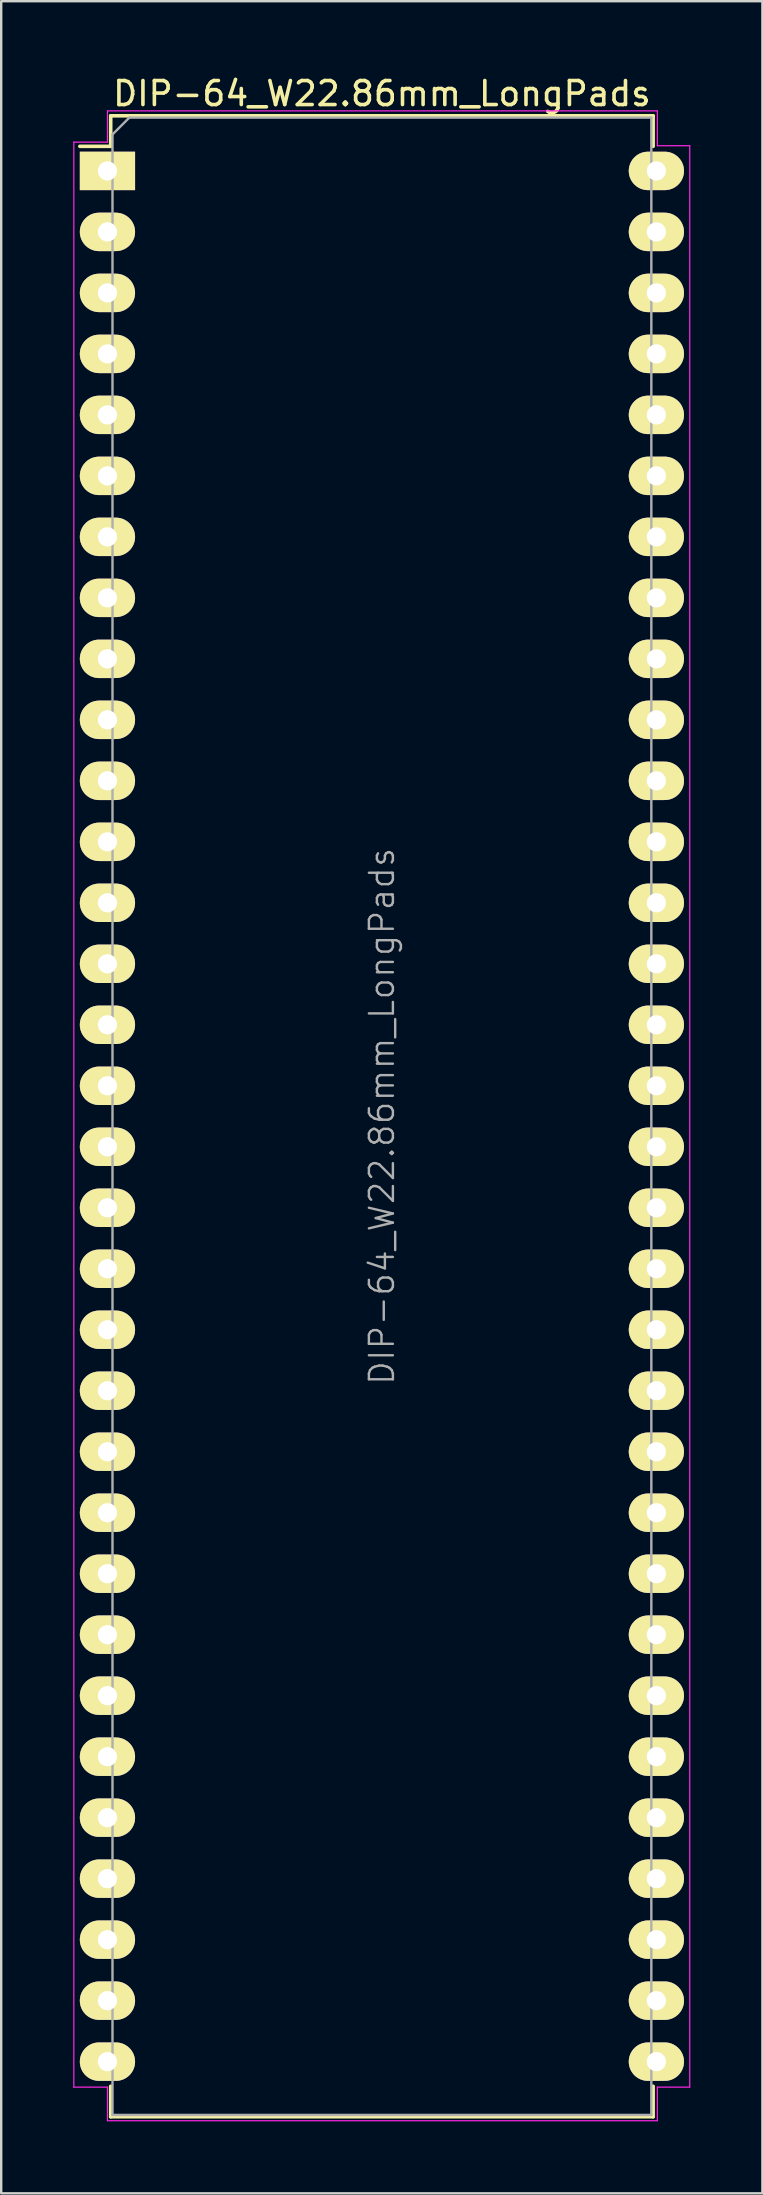
<source format=kicad_pcb>
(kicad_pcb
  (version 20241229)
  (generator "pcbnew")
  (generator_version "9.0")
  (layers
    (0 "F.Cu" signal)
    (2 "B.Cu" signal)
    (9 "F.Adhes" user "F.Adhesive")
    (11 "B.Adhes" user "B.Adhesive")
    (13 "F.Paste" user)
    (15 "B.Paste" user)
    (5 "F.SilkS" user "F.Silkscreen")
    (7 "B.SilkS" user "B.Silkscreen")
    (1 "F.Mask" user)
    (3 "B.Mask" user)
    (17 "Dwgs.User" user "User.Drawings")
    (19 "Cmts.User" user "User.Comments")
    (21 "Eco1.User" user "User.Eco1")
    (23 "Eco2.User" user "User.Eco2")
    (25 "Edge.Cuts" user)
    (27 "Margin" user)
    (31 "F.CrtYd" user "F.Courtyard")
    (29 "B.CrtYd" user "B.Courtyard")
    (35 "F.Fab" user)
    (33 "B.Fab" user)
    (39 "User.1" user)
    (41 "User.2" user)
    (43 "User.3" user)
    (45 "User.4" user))
  (footprint "DIP-64_W22.86mm_LongPads"
    (layer "F.Cu")
    (at 1.425 4.068)
    (property "Reference" "DIP-64_W22.86mm_LongPads" (at 11.43 -3.22 0) (layer "F.SilkS") (effects (font (size 1 1) (thickness 0.15))))
    (attr smd)
    (fp_line (start 0.135 -2.295) (end 0.135 -1.025) (stroke (width 0.15) (type solid)) (layer "F.SilkS"))
    (fp_line (start 0.135 -2.295) (end 22.725 -2.295) (stroke (width 0.15) (type solid)) (layer "F.SilkS"))
    (fp_line (start 0.135 -1.025) (end -1.15 -1.025) (stroke (width 0.15) (type solid)) (layer "F.SilkS"))
    (fp_line (start 0.135 81.035) (end 0.135 79.765) (stroke (width 0.15) (type solid)) (layer "F.SilkS"))
    (fp_line (start 0.135 81.035) (end 22.725 81.035) (stroke (width 0.15) (type solid)) (layer "F.SilkS"))
    (fp_line (start 22.725 -2.295) (end 22.725 -1.025) (stroke (width 0.15) (type solid)) (layer "F.SilkS"))
    (fp_line (start 22.725 81.035) (end 22.725 79.765) (stroke (width 0.15) (type solid)) (layer "F.SilkS"))
    (fp_line (start -1.4 -1.2) (end -1.4 79.8) (stroke (width 0.05) (type solid)) (layer "F.CrtYd"))
    (fp_line (start -1.4 -1.2) (end 0 -1.2) (stroke (width 0.05) (type solid)) (layer "F.CrtYd"))
    (fp_line (start -1.4 79.8) (end 0 79.8) (stroke (width 0.05) (type solid)) (layer "F.CrtYd"))
    (fp_line (start 0 -2.5) (end 0 -1.2) (stroke (width 0.05) (type solid)) (layer "F.CrtYd"))
    (fp_line (start 0 81.2) (end 0 79.8) (stroke (width 0.05) (type solid)) (layer "F.CrtYd"))
    (fp_line (start 22.9 -2.5) (end 0 -2.5) (stroke (width 0.05) (type solid)) (layer "F.CrtYd"))
    (fp_line (start 22.9 -2.5) (end 22.9 -1.05) (stroke (width 0.05) (type solid)) (layer "F.CrtYd"))
    (fp_line (start 22.9 81.2) (end 0 81.2) (stroke (width 0.05) (type solid)) (layer "F.CrtYd"))
    (fp_line (start 22.9 81.2) (end 22.9 79.8) (stroke (width 0.05) (type solid)) (layer "F.CrtYd"))
    (fp_line (start 24.25 -1.05) (end 22.9 -1.05) (stroke (width 0.05) (type solid)) (layer "F.CrtYd"))
    (fp_line (start 24.25 -1.05) (end 24.25 79.8) (stroke (width 0.05) (type solid)) (layer "F.CrtYd"))
    (fp_line (start 24.25 79.8) (end 22.9 79.8) (stroke (width 0.05) (type solid)) (layer "F.CrtYd"))
    (fp_line (start 0.21 -1.52) (end 0.91 -2.22) (stroke (width 0.1) (type solid)) (layer "F.Fab"))
    (fp_line (start 0.21 80.96) (end 0.21 -1.52) (stroke (width 0.1) (type solid)) (layer "F.Fab"))
    (fp_line (start 22.65 -2.22) (end 0.91 -2.22) (stroke (width 0.1) (type solid)) (layer "F.Fab"))
    (fp_line (start 22.65 80.96) (end 0.21 80.96) (stroke (width 0.1) (type solid)) (layer "F.Fab"))
    (fp_line (start 22.65 80.96) (end 22.65 -2.22) (stroke (width 0.1) (type solid)) (layer "F.Fab"))
    (fp_text user "${REFERENCE}" (at 11.43 39.37 90) (layer "F.Fab") (effects (font (size 1 1) (thickness 0.1))))
    (pad "1" thru_hole rect (at 0 0) (size 2.3 1.6) (drill 0.8) (layers "*.Cu" "*.Mask" "F.SilkS"))
    (pad "2" thru_hole oval (at 0 2.54) (size 2.3 1.6) (drill 0.8) (layers "*.Cu" "*.Mask" "F.SilkS"))
    (pad "3" thru_hole oval (at 0 5.08) (size 2.3 1.6) (drill 0.8) (layers "*.Cu" "*.Mask" "F.SilkS"))
    (pad "4" thru_hole oval (at 0 7.62) (size 2.3 1.6) (drill 0.8) (layers "*.Cu" "*.Mask" "F.SilkS"))
    (pad "5" thru_hole oval (at 0 10.16) (size 2.3 1.6) (drill 0.8) (layers "*.Cu" "*.Mask" "F.SilkS"))
    (pad "6" thru_hole oval (at 0 12.7) (size 2.3 1.6) (drill 0.8) (layers "*.Cu" "*.Mask" "F.SilkS"))
    (pad "7" thru_hole oval (at 0 15.24) (size 2.3 1.6) (drill 0.8) (layers "*.Cu" "*.Mask" "F.SilkS"))
    (pad "8" thru_hole oval (at 0 17.78) (size 2.3 1.6) (drill 0.8) (layers "*.Cu" "*.Mask" "F.SilkS"))
    (pad "9" thru_hole oval (at 0 20.32) (size 2.3 1.6) (drill 0.8) (layers "*.Cu" "*.Mask" "F.SilkS"))
    (pad "10" thru_hole oval (at 0 22.86) (size 2.3 1.6) (drill 0.8) (layers "*.Cu" "*.Mask" "F.SilkS"))
    (pad "11" thru_hole oval (at 0 25.4) (size 2.3 1.6) (drill 0.8) (layers "*.Cu" "*.Mask" "F.SilkS"))
    (pad "12" thru_hole oval (at 0 27.94) (size 2.3 1.6) (drill 0.8) (layers "*.Cu" "*.Mask" "F.SilkS"))
    (pad "13" thru_hole oval (at 0 30.48) (size 2.3 1.6) (drill 0.8) (layers "*.Cu" "*.Mask" "F.SilkS"))
    (pad "14" thru_hole oval (at 0 33.02) (size 2.3 1.6) (drill 0.8) (layers "*.Cu" "*.Mask" "F.SilkS"))
    (pad "15" thru_hole oval (at 0 35.56) (size 2.3 1.6) (drill 0.8) (layers "*.Cu" "*.Mask" "F.SilkS"))
    (pad "16" thru_hole oval (at 0 38.1) (size 2.3 1.6) (drill 0.8) (layers "*.Cu" "*.Mask" "F.SilkS"))
    (pad "17" thru_hole oval (at 0 40.64) (size 2.3 1.6) (drill 0.8) (layers "*.Cu" "*.Mask" "F.SilkS"))
    (pad "18" thru_hole oval (at 0 43.18) (size 2.3 1.6) (drill 0.8) (layers "*.Cu" "*.Mask" "F.SilkS"))
    (pad "19" thru_hole oval (at 0 45.72) (size 2.3 1.6) (drill 0.8) (layers "*.Cu" "*.Mask" "F.SilkS"))
    (pad "20" thru_hole oval (at 0 48.26) (size 2.3 1.6) (drill 0.8) (layers "*.Cu" "*.Mask" "F.SilkS"))
    (pad "21" thru_hole oval (at 0 50.8) (size 2.3 1.6) (drill 0.8) (layers "*.Cu" "*.Mask" "F.SilkS"))
    (pad "22" thru_hole oval (at 0 53.34) (size 2.3 1.6) (drill 0.8) (layers "*.Cu" "*.Mask" "F.SilkS"))
    (pad "23" thru_hole oval (at 0 55.88) (size 2.3 1.6) (drill 0.8) (layers "*.Cu" "*.Mask" "F.SilkS"))
    (pad "24" thru_hole oval (at 0 58.42) (size 2.3 1.6) (drill 0.8) (layers "*.Cu" "*.Mask" "F.SilkS"))
    (pad "25" thru_hole oval (at 0 60.96) (size 2.3 1.6) (drill 0.8) (layers "*.Cu" "*.Mask" "F.SilkS"))
    (pad "26" thru_hole oval (at 0 63.5) (size 2.3 1.6) (drill 0.8) (layers "*.Cu" "*.Mask" "F.SilkS"))
    (pad "27" thru_hole oval (at 0 66.04) (size 2.3 1.6) (drill 0.8) (layers "*.Cu" "*.Mask" "F.SilkS"))
    (pad "28" thru_hole oval (at 0 68.58) (size 2.3 1.6) (drill 0.8) (layers "*.Cu" "*.Mask" "F.SilkS"))
    (pad "29" thru_hole oval (at 0 71.12) (size 2.3 1.6) (drill 0.8) (layers "*.Cu" "*.Mask" "F.SilkS"))
    (pad "30" thru_hole oval (at 0 73.66) (size 2.3 1.6) (drill 0.8) (layers "*.Cu" "*.Mask" "F.SilkS"))
    (pad "31" thru_hole oval (at 0 76.2) (size 2.3 1.6) (drill 0.8) (layers "*.Cu" "*.Mask" "F.SilkS"))
    (pad "32" thru_hole oval (at 0 78.74) (size 2.3 1.6) (drill 0.8) (layers "*.Cu" "*.Mask" "F.SilkS"))
    (pad "33" thru_hole oval (at 22.86 78.74) (size 2.3 1.6) (drill 0.8) (layers "*.Cu" "*.Mask" "F.SilkS"))
    (pad "34" thru_hole oval (at 22.86 76.2) (size 2.3 1.6) (drill 0.8) (layers "*.Cu" "*.Mask" "F.SilkS"))
    (pad "35" thru_hole oval (at 22.86 73.66) (size 2.3 1.6) (drill 0.8) (layers "*.Cu" "*.Mask" "F.SilkS"))
    (pad "36" thru_hole oval (at 22.86 71.12) (size 2.3 1.6) (drill 0.8) (layers "*.Cu" "*.Mask" "F.SilkS"))
    (pad "37" thru_hole oval (at 22.86 68.58) (size 2.3 1.6) (drill 0.8) (layers "*.Cu" "*.Mask" "F.SilkS"))
    (pad "38" thru_hole oval (at 22.86 66.04) (size 2.3 1.6) (drill 0.8) (layers "*.Cu" "*.Mask" "F.SilkS"))
    (pad "39" thru_hole oval (at 22.86 63.5) (size 2.3 1.6) (drill 0.8) (layers "*.Cu" "*.Mask" "F.SilkS"))
    (pad "40" thru_hole oval (at 22.86 60.96) (size 2.3 1.6) (drill 0.8) (layers "*.Cu" "*.Mask" "F.SilkS"))
    (pad "41" thru_hole oval (at 22.86 58.42) (size 2.3 1.6) (drill 0.8) (layers "*.Cu" "*.Mask" "F.SilkS"))
    (pad "42" thru_hole oval (at 22.86 55.88) (size 2.3 1.6) (drill 0.8) (layers "*.Cu" "*.Mask" "F.SilkS"))
    (pad "43" thru_hole oval (at 22.86 53.34) (size 2.3 1.6) (drill 0.8) (layers "*.Cu" "*.Mask" "F.SilkS"))
    (pad "44" thru_hole oval (at 22.86 50.8) (size 2.3 1.6) (drill 0.8) (layers "*.Cu" "*.Mask" "F.SilkS"))
    (pad "45" thru_hole oval (at 22.86 48.26) (size 2.3 1.6) (drill 0.8) (layers "*.Cu" "*.Mask" "F.SilkS"))
    (pad "46" thru_hole oval (at 22.86 45.72) (size 2.3 1.6) (drill 0.8) (layers "*.Cu" "*.Mask" "F.SilkS"))
    (pad "47" thru_hole oval (at 22.86 43.18) (size 2.3 1.6) (drill 0.8) (layers "*.Cu" "*.Mask" "F.SilkS"))
    (pad "48" thru_hole oval (at 22.86 40.64) (size 2.3 1.6) (drill 0.8) (layers "*.Cu" "*.Mask" "F.SilkS"))
    (pad "49" thru_hole oval (at 22.86 38.1) (size 2.3 1.6) (drill 0.8) (layers "*.Cu" "*.Mask" "F.SilkS"))
    (pad "50" thru_hole oval (at 22.86 35.56) (size 2.3 1.6) (drill 0.8) (layers "*.Cu" "*.Mask" "F.SilkS"))
    (pad "51" thru_hole oval (at 22.86 33.02) (size 2.3 1.6) (drill 0.8) (layers "*.Cu" "*.Mask" "F.SilkS"))
    (pad "52" thru_hole oval (at 22.86 30.48) (size 2.3 1.6) (drill 0.8) (layers "*.Cu" "*.Mask" "F.SilkS"))
    (pad "53" thru_hole oval (at 22.86 27.94) (size 2.3 1.6) (drill 0.8) (layers "*.Cu" "*.Mask" "F.SilkS"))
    (pad "54" thru_hole oval (at 22.86 25.4) (size 2.3 1.6) (drill 0.8) (layers "*.Cu" "*.Mask" "F.SilkS"))
    (pad "55" thru_hole oval (at 22.86 22.86) (size 2.3 1.6) (drill 0.8) (layers "*.Cu" "*.Mask" "F.SilkS"))
    (pad "56" thru_hole oval (at 22.86 20.32) (size 2.3 1.6) (drill 0.8) (layers "*.Cu" "*.Mask" "F.SilkS"))
    (pad "57" thru_hole oval (at 22.86 17.78) (size 2.3 1.6) (drill 0.8) (layers "*.Cu" "*.Mask" "F.SilkS"))
    (pad "58" thru_hole oval (at 22.86 15.24) (size 2.3 1.6) (drill 0.8) (layers "*.Cu" "*.Mask" "F.SilkS"))
    (pad "59" thru_hole oval (at 22.86 12.7) (size 2.3 1.6) (drill 0.8) (layers "*.Cu" "*.Mask" "F.SilkS"))
    (pad "60" thru_hole oval (at 22.86 10.16) (size 2.3 1.6) (drill 0.8) (layers "*.Cu" "*.Mask" "F.SilkS"))
    (pad "61" thru_hole oval (at 22.86 7.62) (size 2.3 1.6) (drill 0.8) (layers "*.Cu" "*.Mask" "F.SilkS"))
    (pad "62" thru_hole oval (at 22.86 5.08) (size 2.3 1.6) (drill 0.8) (layers "*.Cu" "*.Mask" "F.SilkS"))
    (pad "63" thru_hole oval (at 22.86 2.54) (size 2.3 1.6) (drill 0.8) (layers "*.Cu" "*.Mask" "F.SilkS"))
    (pad "64" thru_hole oval (at 22.86 0) (size 2.3 1.6) (drill 0.8) (layers "*.Cu" "*.Mask" "F.SilkS")))
  (gr_rect
    (start -3 -3)
    (end 28.7 88.293)
    (stroke (width 0.1) (type default))
    (fill no)
    (layer "Edge.Cuts")))
</source>
